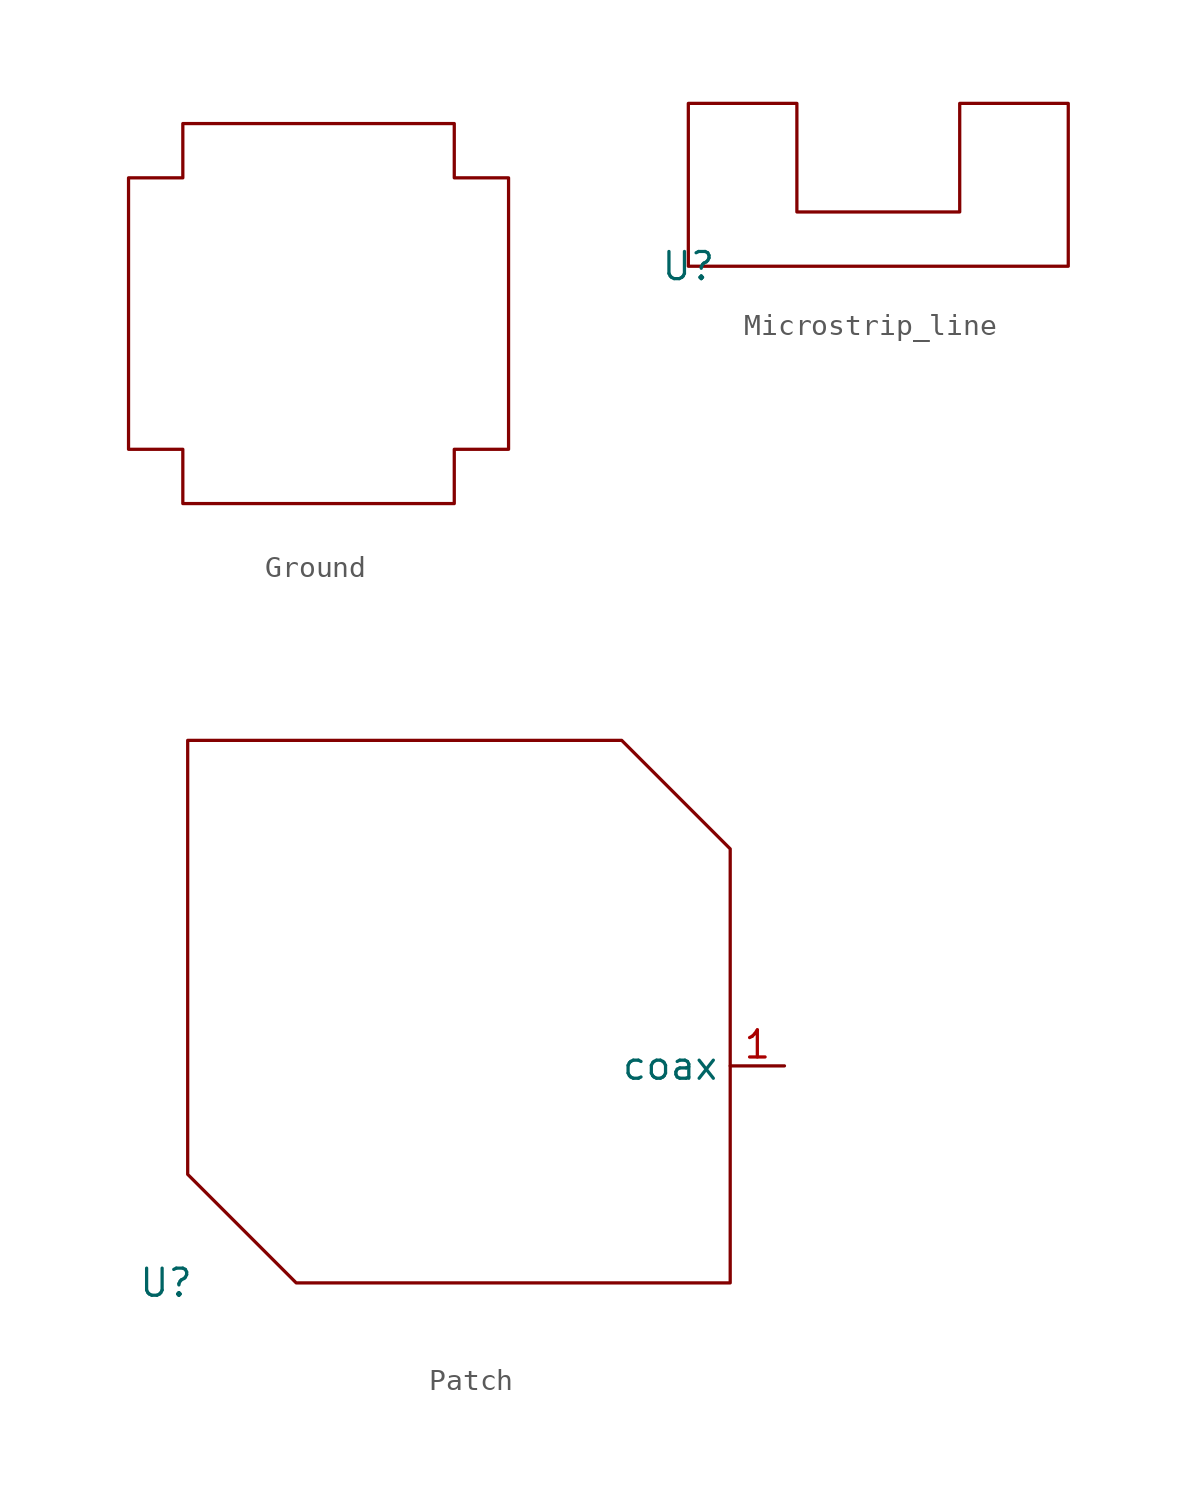
<source format=kicad_sym>
(kicad_symbol_lib
  (version 20241209)
  (generator "kicad_symbol_editor")
  (generator_version "9.0")
  (symbol "Ground"
    (property "Reference" "U"
      (at 0 0 0)
      (effects (font (size 1.27 1.27)) (hide yes)))
    (property "Value" ""
      (at 0 0 0)
      (effects (font (size 1.27 1.27))))
    (symbol "Ground_0_1"
      (polyline (pts (xy 0 2.54) (xy 2.54 2.54) (xy 2.54 0) (xy 15.24 0) (xy 15.24 2.54) (xy 17.78 2.54) (xy 17.78 15.24) (xy 15.24 15.24) (xy 15.24 17.78) (xy 2.54 17.78) (xy 2.54 15.24) (xy 0 15.24) (xy 0 2.54)) (stroke (width 0) (type default)) (fill (type none)))))
  (symbol "Microstrip_line"
    (property "Reference" "U"
      (at 0 0 0)
      (effects (font (size 1.27 1.27))))
    (property "Value" ""
      (at 0 0 0)
      (effects (font (size 1.27 1.27))))
    (symbol "Microstrip_line_0_1"
      (polyline (pts (xy 0 0) (xy 0 7.62) (xy 5.08 7.62) (xy 5.08 2.54) (xy 12.7 2.54) (xy 12.7 7.62) (xy 17.78 7.62) (xy 17.78 0) (xy 0 0)) (stroke (width 0) (type default)) (fill (type none)))))
  (symbol "Patch"
    (property "Reference" "U"
      (at -13.716 -12.7 0)
      (effects (font (size 1.27 1.27))))
    (property "Value" ""
      (at 0 0 0)
      (effects (font (size 1.27 1.27))))
    (symbol "Patch_0_1"
      (polyline (pts (xy -12.7 -7.62) (xy -12.7 12.7) (xy 7.62 12.7) (xy 12.7 7.62) (xy 12.7 -12.7) (xy -7.62 -12.7) (xy -12.7 -7.62)) (stroke (width 0) (type default)) (fill (type none))))
    (symbol "Patch_1_1"
      (pin input line (at 15.24 -2.54 180) (length 2.54) (name "coax" (effects (font (size 1.27 1.27)))) (number "1" (effects (font (size 1.27 1.27))))))))
</source>
